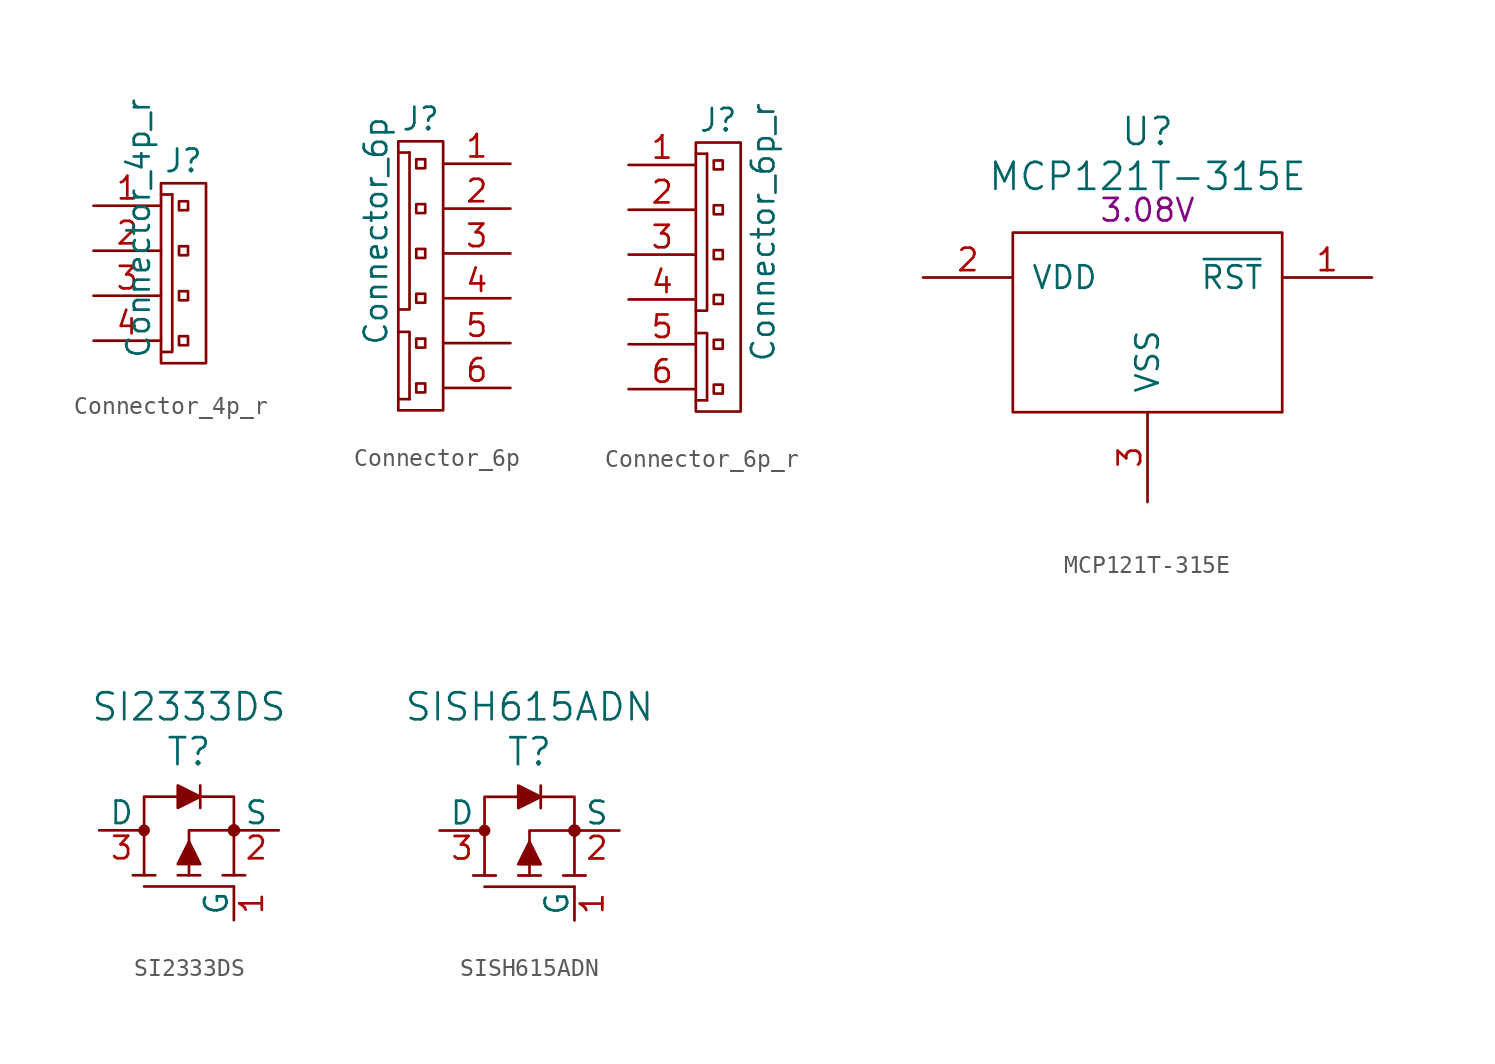
<source format=kicad_sym>
(kicad_symbol_lib
  (version 20211014)
  (generator kicad_symbol_editor)
  (symbol "Connector_4p_r"
    (pin_names
      (offset 1.016) hide)
    (property "Reference" "J"
      (at 0 6.35 0)
      (effects (font (size 1.27 1.27))))
    (property "Value" "Connector_4p_r"
      (at -2.54 2.54 90)
      (effects (font (size 1.27 1.27))))
    (property "Datasheet" ""
      (at 3.81 -1.27 0)
      (effects (font (size 1.27 1.27))))
    (symbol "Connector_4p_r_0_1"
      (rectangle (start -1.27 5.08) (end 1.27 -5.08) (stroke (width 0) (type default) (color 0 0 0 0)) (fill (type none)))
      (polyline (pts (xy -0.635 4.445) (xy -1.27 4.445)) (stroke (width 0.152) (type default) (color 0 0 0 0)) (fill (type none)))
      (polyline (pts (xy -1.27 -4.445) (xy -0.635 -4.445) (xy -0.635 4.445)) (stroke (width 0.152) (type default) (color 0 0 0 0)) (fill (type none)))
      (rectangle (start 0.254 -3.556) (end -0.254 -4.064) (stroke (width 0.152) (type default) (color 0 0 0 0)) (fill (type none)))
      (rectangle (start 0.254 -1.016) (end -0.254 -1.524) (stroke (width 0.152) (type default) (color 0 0 0 0)) (fill (type none)))
      (rectangle (start 0.254 1.524) (end -0.254 1.016) (stroke (width 0.152) (type default) (color 0 0 0 0)) (fill (type none)))
      (rectangle (start 0.254 4.064) (end -0.254 3.556) (stroke (width 0.152) (type default) (color 0 0 0 0)) (fill (type none))))
    (symbol "Connector_4p_r_1_1"
      (pin passive line (at -5.08 3.81 0) (length 3.81) (name "P1" (effects (font (size 1.27 1.27)))) (number "1" (effects (font (size 1.27 1.27)))))
      (pin passive line (at -5.08 1.27 0) (length 3.81) (name "P2" (effects (font (size 1.27 1.27)))) (number "2" (effects (font (size 1.27 1.27)))))
      (pin passive line (at -5.08 -1.27 0) (length 3.81) (name "P3" (effects (font (size 1.27 1.27)))) (number "3" (effects (font (size 1.27 1.27)))))
      (pin passive line (at -5.08 -3.81 0) (length 3.81) (name "P4" (effects (font (size 1.27 1.27)))) (number "4" (effects (font (size 1.27 1.27)))))))
  (symbol "Connector_6p"
    (pin_names
      (offset 1.016) hide)
    (property "Reference" "J"
      (at 0 8.89 0)
      (effects (font (size 1.27 1.27))))
    (property "Value" "Connector_6p"
      (at -2.54 2.54 90)
      (effects (font (size 1.27 1.27))))
    (property "Datasheet" ""
      (at 3.81 -3.81 0)
      (effects (font (size 1.27 1.27))))
    (symbol "Connector_6p_0_1"
      (polyline (pts (xy -0.635 -6.985) (xy -1.27 -6.985)) (stroke (width 0.152) (type default) (color 0 0 0 0)) (fill (type none)))
      (polyline (pts (xy -0.635 6.985) (xy -1.27 6.985)) (stroke (width 0.152) (type default) (color 0 0 0 0)) (fill (type none)))
      (polyline (pts (xy -1.27 -1.905) (xy -0.635 -1.905) (xy -0.635 6.985)) (stroke (width 0.152) (type default) (color 0 0 0 0)) (fill (type none)))
      (polyline (pts (xy -0.635 -6.985) (xy -0.635 -3.175) (xy -1.27 -3.175)) (stroke (width 0.152) (type default) (color 0 0 0 0)) (fill (type none)))
      (rectangle (start 0.254 -6.096) (end -0.254 -6.604) (stroke (width 0.152) (type default) (color 0 0 0 0)) (fill (type none)))
      (rectangle (start 0.254 -3.556) (end -0.254 -4.064) (stroke (width 0.152) (type default) (color 0 0 0 0)) (fill (type none)))
      (rectangle (start 0.254 -1.016) (end -0.254 -1.524) (stroke (width 0.152) (type default) (color 0 0 0 0)) (fill (type none)))
      (rectangle (start 0.254 1.524) (end -0.254 1.016) (stroke (width 0.152) (type default) (color 0 0 0 0)) (fill (type none)))
      (rectangle (start 0.254 4.064) (end -0.254 3.556) (stroke (width 0.152) (type default) (color 0 0 0 0)) (fill (type none)))
      (rectangle (start 0.254 6.604) (end -0.254 6.096) (stroke (width 0.152) (type default) (color 0 0 0 0)) (fill (type none)))
      (rectangle (start 1.27 7.62) (end -1.27 -7.62) (stroke (width 0) (type default) (color 0 0 0 0)) (fill (type none))))
    (symbol "Connector_6p_1_1"
      (pin passive line (at 5.08 6.35 180) (length 3.81) (name "P1" (effects (font (size 1.27 1.27)))) (number "1" (effects (font (size 1.27 1.27)))))
      (pin passive line (at 5.08 3.81 180) (length 3.81) (name "P2" (effects (font (size 1.27 1.27)))) (number "2" (effects (font (size 1.27 1.27)))))
      (pin passive line (at 5.08 1.27 180) (length 3.81) (name "P3" (effects (font (size 1.27 1.27)))) (number "3" (effects (font (size 1.27 1.27)))))
      (pin passive line (at 5.08 -1.27 180) (length 3.81) (name "P4" (effects (font (size 1.27 1.27)))) (number "4" (effects (font (size 1.27 1.27)))))
      (pin passive line (at 5.08 -3.81 180) (length 3.81) (name "P5" (effects (font (size 1.27 1.27)))) (number "5" (effects (font (size 1.27 1.27)))))
      (pin passive line (at 5.08 -6.35 180) (length 3.81) (name "P6" (effects (font (size 1.27 1.27)))) (number "6" (effects (font (size 1.27 1.27)))))))
  (symbol "Connector_6p_r"
    (pin_names
      (offset 1.016) hide)
    (property "Reference" "J"
      (at 0 8.89 0)
      (effects (font (size 1.27 1.27))))
    (property "Value" "Connector_6p_r"
      (at 2.54 2.54 90)
      (effects (font (size 1.27 1.27))))
    (property "Datasheet" ""
      (at -3.81 -3.81 0)
      (effects (font (size 1.27 1.27))))
    (symbol "Connector_6p_r_0_1"
      (polyline (pts (xy -0.635 -6.985) (xy -1.27 -6.985)) (stroke (width 0.152) (type default) (color 0 0 0 0)) (fill (type none)))
      (polyline (pts (xy -0.635 6.985) (xy -1.27 6.985)) (stroke (width 0.152) (type default) (color 0 0 0 0)) (fill (type none)))
      (polyline (pts (xy -1.27 -1.905) (xy -0.635 -1.905) (xy -0.635 6.985)) (stroke (width 0.152) (type default) (color 0 0 0 0)) (fill (type none)))
      (polyline (pts (xy -0.635 -6.985) (xy -0.635 -3.175) (xy -1.27 -3.175)) (stroke (width 0.152) (type default) (color 0 0 0 0)) (fill (type none)))
      (rectangle (start 0.254 -6.096) (end -0.254 -6.604) (stroke (width 0.152) (type default) (color 0 0 0 0)) (fill (type none)))
      (rectangle (start 0.254 -3.556) (end -0.254 -4.064) (stroke (width 0.152) (type default) (color 0 0 0 0)) (fill (type none)))
      (rectangle (start 0.254 -1.016) (end -0.254 -1.524) (stroke (width 0.152) (type default) (color 0 0 0 0)) (fill (type none)))
      (rectangle (start 0.254 1.524) (end -0.254 1.016) (stroke (width 0.152) (type default) (color 0 0 0 0)) (fill (type none)))
      (rectangle (start 0.254 4.064) (end -0.254 3.556) (stroke (width 0.152) (type default) (color 0 0 0 0)) (fill (type none)))
      (rectangle (start 0.254 6.604) (end -0.254 6.096) (stroke (width 0.152) (type default) (color 0 0 0 0)) (fill (type none)))
      (rectangle (start 1.27 7.62) (end -1.27 -7.62) (stroke (width 0) (type default) (color 0 0 0 0)) (fill (type none))))
    (symbol "Connector_6p_r_1_1"
      (pin passive line (at -5.08 6.35 0) (length 3.81) (name "P1" (effects (font (size 1.27 1.27)))) (number "1" (effects (font (size 1.27 1.27)))))
      (pin passive line (at -5.08 3.81 0) (length 3.81) (name "P2" (effects (font (size 1.27 1.27)))) (number "2" (effects (font (size 1.27 1.27)))))
      (pin passive line (at -5.08 1.27 0) (length 3.81) (name "P3" (effects (font (size 1.27 1.27)))) (number "3" (effects (font (size 1.27 1.27)))))
      (pin passive line (at -5.08 -1.27 0) (length 3.81) (name "P4" (effects (font (size 1.27 1.27)))) (number "4" (effects (font (size 1.27 1.27)))))
      (pin passive line (at -5.08 -3.81 0) (length 3.81) (name "P5" (effects (font (size 1.27 1.27)))) (number "5" (effects (font (size 1.27 1.27)))))
      (pin passive line (at -5.08 -6.35 0) (length 3.81) (name "P6" (effects (font (size 1.27 1.27)))) (number "6" (effects (font (size 1.27 1.27)))))))
  (symbol "MCP121T-315E"
    (pin_names
      (offset 1.016))
    (property "Reference" "U"
      (at 0 8.255 0)
      (effects (font (size 1.524 1.524))))
    (property "Value" "MCP121T-315E"
      (at 0 5.715 0)
      (effects (font (size 1.524 1.524))))
    (property "Voltage" "3.08V"
      (at 0 3.81 0)
      (effects (font (size 1.27 1.27))))
    (symbol "MCP121T-315E_0_1"
      (rectangle (start 7.62 2.54) (end -7.62 -7.62) (stroke (width 0) (type default) (color 0 0 0 0)) (fill (type none))))
    (symbol "MCP121T-315E_1_1"
      (pin open_collector line (at 12.7 0 180) (length 5.08) (name "~{RST}" (effects (font (size 1.27 1.27)))) (number "1" (effects (font (size 1.27 1.27)))))
      (pin input line (at -12.7 0 0) (length 5.08) (name "VDD" (effects (font (size 1.27 1.27)))) (number "2" (effects (font (size 1.27 1.27)))))
      (pin power_in line (at 0 -12.7 90) (length 5.08) (name "VSS" (effects (font (size 1.27 1.27)))) (number "3" (effects (font (size 1.27 1.27)))))))
  (symbol "SI2333DS"
    (pin_names
      (offset 0))
    (property "Reference" "T"
      (at 0 4.445 0)
      (effects (font (size 1.524 1.524))))
    (property "Value" "SI2333DS"
      (at 0 6.985 0)
      (effects (font (size 1.524 1.524))))
    (symbol "SI2333DS_0_1"
      (circle (center -2.54 0) (radius 0.254) (stroke (width 0) (type default) (color 0 0 0 0)) (fill (type outline)))
      (polyline (pts (xy -2.54 -2.54) (xy -2.54 0)) (stroke (width 0) (type default) (color 0 0 0 0)) (fill (type none)))
      (polyline (pts (xy -1.905 -2.54) (xy -3.175 -2.54)) (stroke (width 0) (type default) (color 0 0 0 0)) (fill (type none)))
      (polyline (pts (xy 0 -2.54) (xy 0 -1.905)) (stroke (width 0) (type default) (color 0 0 0 0)) (fill (type none)))
      (polyline (pts (xy 0.635 -2.54) (xy -0.635 -2.54)) (stroke (width 0) (type default) (color 0 0 0 0)) (fill (type none)))
      (polyline (pts (xy 0.635 2.54) (xy 0.635 1.27)) (stroke (width 0) (type default) (color 0 0 0 0)) (fill (type none)))
      (polyline (pts (xy 1.905 -2.54) (xy 3.175 -2.54)) (stroke (width 0) (type default) (color 0 0 0 0)) (fill (type none)))
      (polyline (pts (xy 2.54 -3.175) (xy -2.54 -3.175)) (stroke (width 0) (type default) (color 0 0 0 0)) (fill (type none)))
      (polyline (pts (xy 2.54 -2.54) (xy 2.54 0)) (stroke (width 0) (type default) (color 0 0 0 0)) (fill (type none)))
      (polyline (pts (xy -0.635 1.905) (xy -2.54 1.905) (xy -2.54 0)) (stroke (width 0) (type default) (color 0 0 0 0)) (fill (type none)))
      (polyline (pts (xy 0 -0.635) (xy 0 0) (xy 2.54 0)) (stroke (width 0) (type default) (color 0 0 0 0)) (fill (type none)))
      (polyline (pts (xy 0.635 1.905) (xy 2.54 1.905) (xy 2.54 0)) (stroke (width 0) (type default) (color 0 0 0 0)) (fill (type none)))
      (polyline (pts (xy -0.635 -1.905) (xy 0.635 -1.905) (xy 0 -0.635) (xy -0.635 -1.905)) (stroke (width 0) (type default) (color 0 0 0 0)) (fill (type outline)))
      (polyline (pts (xy 0.635 1.905) (xy -0.635 2.54) (xy -0.635 1.27) (xy 0.635 1.905)) (stroke (width 0) (type default) (color 0 0 0 0)) (fill (type outline)))
      (circle (center 2.54 0) (radius 0.279) (stroke (width 0) (type default) (color 0 0 0 0)) (fill (type outline))))
    (symbol "SI2333DS_1_1"
      (pin passive line (at 2.54 -5.08 90) (length 1.905) (name "G" (effects (font (size 1.27 1.27)))) (number "1" (effects (font (size 1.27 1.27)))))
      (pin passive line (at 5.08 0 180) (length 2.54) (name "S" (effects (font (size 1.27 1.27)))) (number "2" (effects (font (size 1.27 1.27)))))
      (pin passive line (at -5.08 0 0) (length 2.54) (name "D" (effects (font (size 1.27 1.27)))) (number "3" (effects (font (size 1.27 1.27)))))))
  (symbol "SISH615ADN"
    (pin_names
      (offset 0))
    (property "Reference" "T"
      (at 0 4.445 0)
      (effects (font (size 1.524 1.524))))
    (property "Value" "SISH615ADN"
      (at 0 6.985 0)
      (effects (font (size 1.524 1.524))))
    (symbol "SISH615ADN_0_1"
      (circle (center -2.54 0) (radius 0.254) (stroke (width 0) (type default) (color 0 0 0 0)) (fill (type outline)))
      (polyline (pts (xy -2.54 -2.54) (xy -2.54 0)) (stroke (width 0) (type default) (color 0 0 0 0)) (fill (type none)))
      (polyline (pts (xy -1.905 -2.54) (xy -3.175 -2.54)) (stroke (width 0) (type default) (color 0 0 0 0)) (fill (type none)))
      (polyline (pts (xy 0 -2.54) (xy 0 -1.905)) (stroke (width 0) (type default) (color 0 0 0 0)) (fill (type none)))
      (polyline (pts (xy 0.635 -2.54) (xy -0.635 -2.54)) (stroke (width 0) (type default) (color 0 0 0 0)) (fill (type none)))
      (polyline (pts (xy 0.635 2.54) (xy 0.635 1.27)) (stroke (width 0) (type default) (color 0 0 0 0)) (fill (type none)))
      (polyline (pts (xy 1.905 -2.54) (xy 3.175 -2.54)) (stroke (width 0) (type default) (color 0 0 0 0)) (fill (type none)))
      (polyline (pts (xy 2.54 -3.175) (xy -2.54 -3.175)) (stroke (width 0) (type default) (color 0 0 0 0)) (fill (type none)))
      (polyline (pts (xy 2.54 -2.54) (xy 2.54 0)) (stroke (width 0) (type default) (color 0 0 0 0)) (fill (type none)))
      (polyline (pts (xy -0.635 1.905) (xy -2.54 1.905) (xy -2.54 0)) (stroke (width 0) (type default) (color 0 0 0 0)) (fill (type none)))
      (polyline (pts (xy 0 -0.635) (xy 0 0) (xy 2.54 0)) (stroke (width 0) (type default) (color 0 0 0 0)) (fill (type none)))
      (polyline (pts (xy 0.635 1.905) (xy 2.54 1.905) (xy 2.54 0)) (stroke (width 0) (type default) (color 0 0 0 0)) (fill (type none)))
      (polyline (pts (xy -0.635 -1.905) (xy 0.635 -1.905) (xy 0 -0.635) (xy -0.635 -1.905)) (stroke (width 0) (type default) (color 0 0 0 0)) (fill (type outline)))
      (polyline (pts (xy 0.635 1.905) (xy -0.635 2.54) (xy -0.635 1.27) (xy 0.635 1.905)) (stroke (width 0) (type default) (color 0 0 0 0)) (fill (type outline)))
      (circle (center 2.54 0) (radius 0.279) (stroke (width 0) (type default) (color 0 0 0 0)) (fill (type outline))))
    (symbol "SISH615ADN_1_1"
      (pin passive line (at 2.54 -5.08 90) (length 1.905) (name "G" (effects (font (size 1.27 1.27)))) (number "1" (effects (font (size 1.27 1.27)))))
      (pin passive line (at 5.08 0 180) (length 2.54) (name "S" (effects (font (size 1.27 1.27)))) (number "2" (effects (font (size 1.27 1.27)))))
      (pin passive line (at -5.08 0 0) (length 2.54) (name "D" (effects (font (size 1.27 1.27)))) (number "3" (effects (font (size 1.27 1.27))))))))
</source>
